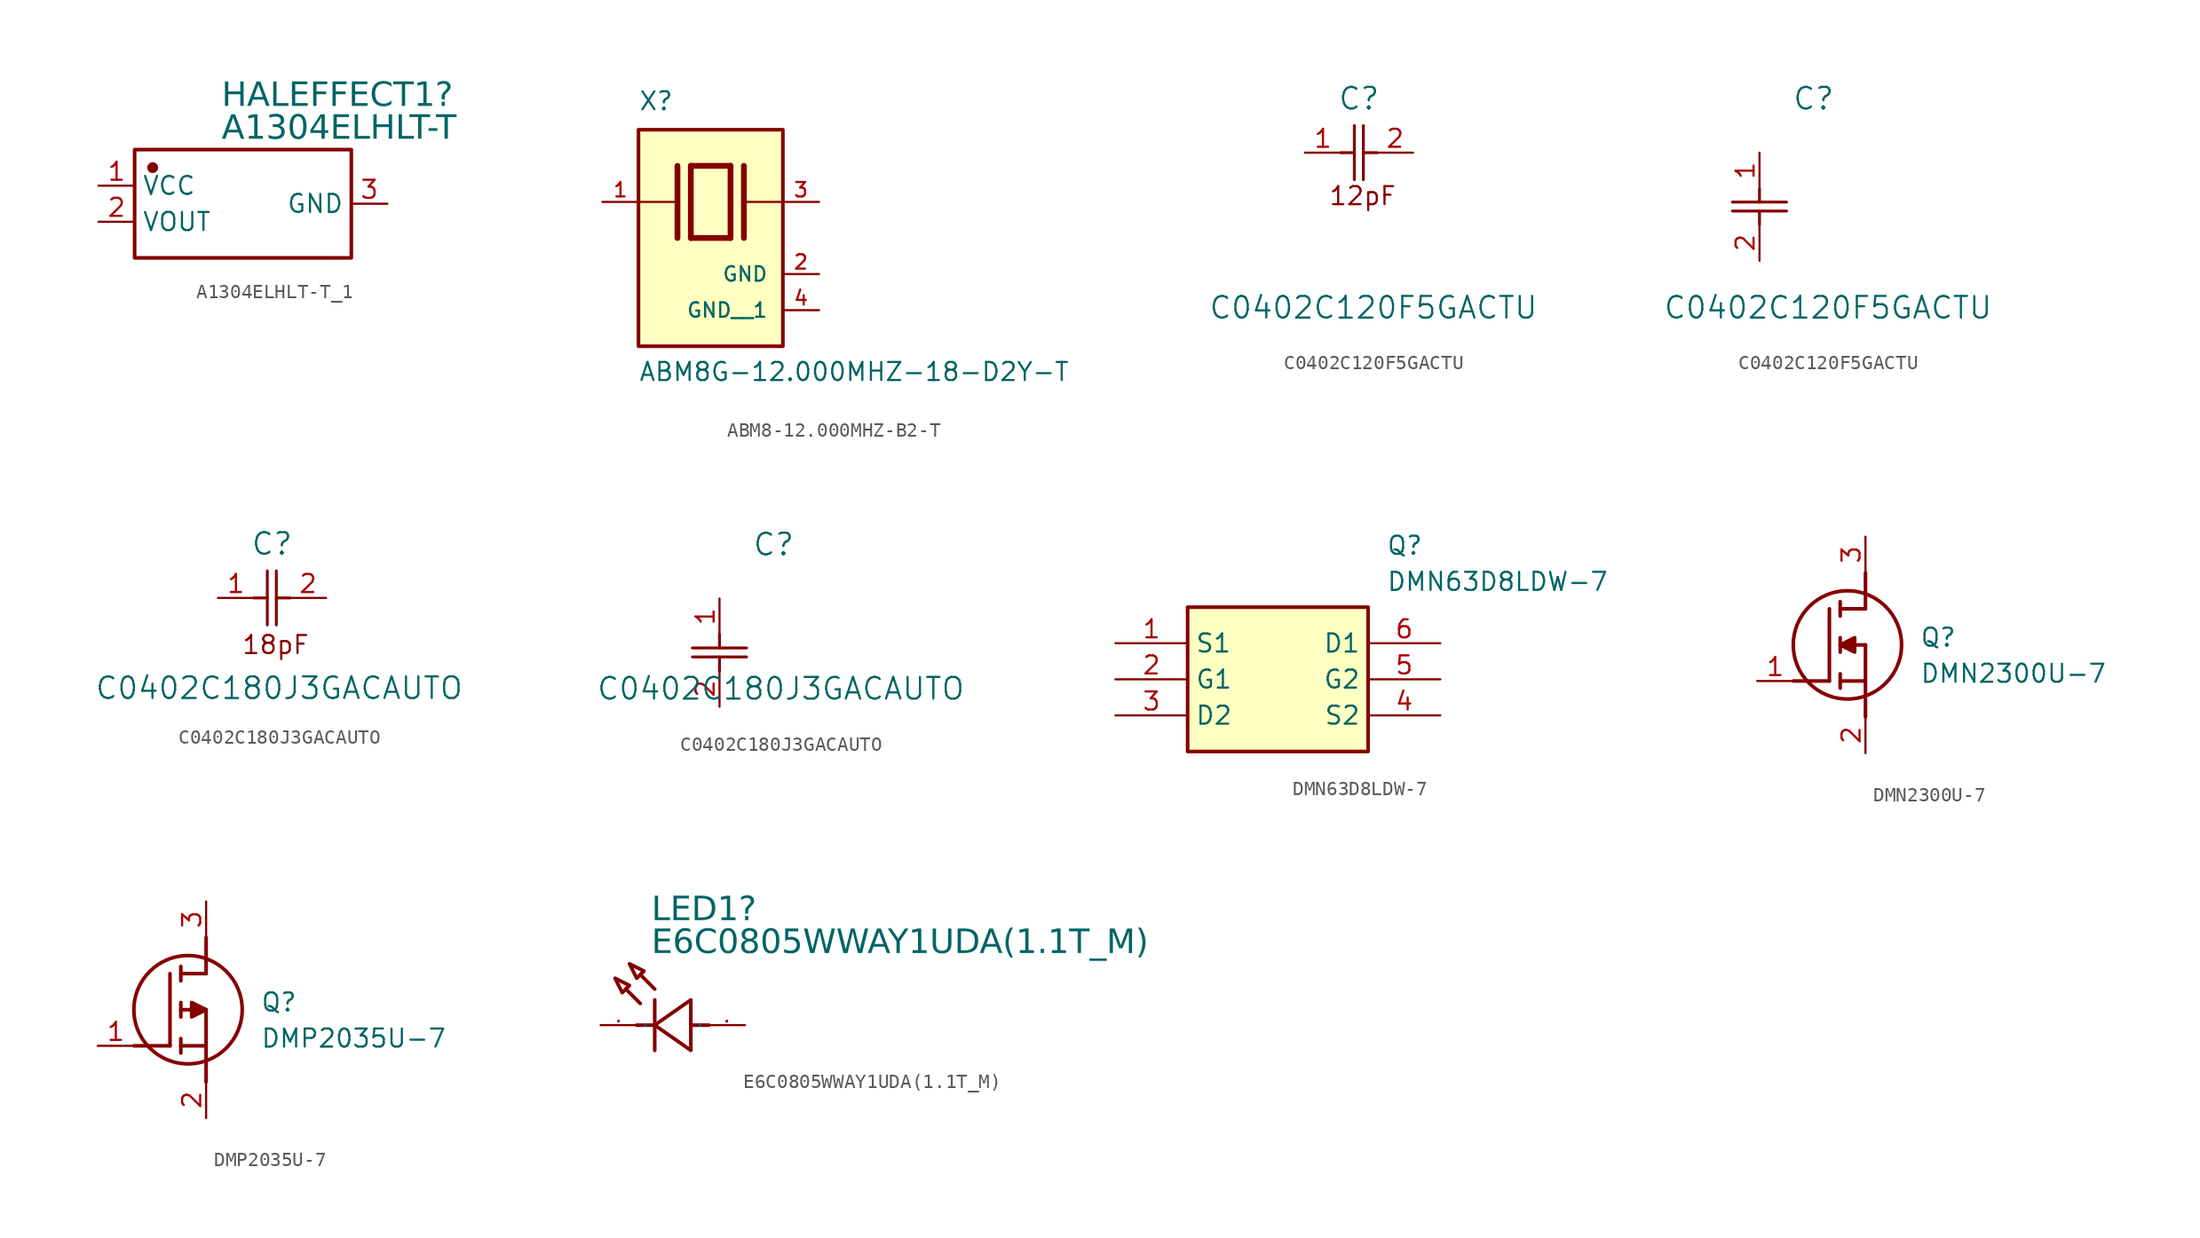
<source format=kicad_sym>
(kicad_symbol_lib
  (version 20241209)
  (generator "kicad_symbol_editor")
  (generator_version "9.0")
  (symbol "A1304ELHLT-T_1"
    (property "Reference" "HALEFFECT1"
      (at -1.499 8.572 0)
      (effects (font (face "Arial") (size 1.689 1.689)) (justify left top)))
    (property "Value" "A1304ELHLT-T"
      (at -1.499 6.261 0)
      (effects (font (face "Arial") (size 1.689 1.689)) (justify left top)))
    (symbol "A1304ELHLT-T_1_0_0"
      (rectangle (start -7.62 3.81) (end 7.62 -3.81) (stroke (width 0.254) (type solid)) (fill (type none)))
      (circle (center -6.35 2.54) (radius 0.254) (stroke (width 0.254) (type solid)) (fill (type outline)))
      (pin unspecified line (at -10.16 1.27 0) (length 2.54) (name "VCC" (effects (font (size 1.27 1.27)))) (number "1" (effects (font (size 1.27 1.27)))))
      (pin unspecified line (at -10.16 -1.27 0) (length 2.54) (name "VOUT" (effects (font (size 1.27 1.27)))) (number "2" (effects (font (size 1.27 1.27)))))
      (pin unspecified line (at 10.16 0 180) (length 2.54) (name "GND" (effects (font (size 1.27 1.27)))) (number "3" (effects (font (size 1.27 1.27)))))))
  (symbol "ABM8-12.000MHZ-B2-T"
    (pin_names
      (offset 1.016))
    (property "Reference" "X"
      (at -5.088 6.356 0)
      (effects (font (size 1.27 1.27)) (justify left bottom)))
    (property "Value" "ABM8G-12.000MHZ-18-D2Y-T"
      (at -5.094 -12.7 0)
      (effects (font (size 1.27 1.27)) (justify left bottom)))
    (symbol "ABM8-12.000MHZ-B2-T_0_0"
      (polyline (pts (xy -5.08 0) (xy -2.54 0)) (stroke (width 0.152) (type default)) (fill (type none)))
      (rectangle (start -5.08 -10.16) (end 5.08 5.08) (stroke (width 0.254) (type default)) (fill (type background)))
      (polyline (pts (xy -2.337 2.54) (xy -2.337 -2.54)) (stroke (width 0.406) (type default)) (fill (type none)))
      (polyline (pts (xy -1.397 2.54) (xy -1.397 -2.54)) (stroke (width 0.406) (type default)) (fill (type none)))
      (polyline (pts (xy -1.397 2.54) (xy 1.397 2.54)) (stroke (width 0.406) (type default)) (fill (type none)))
      (polyline (pts (xy 1.397 2.54) (xy 1.397 -2.54)) (stroke (width 0.406) (type default)) (fill (type none)))
      (polyline (pts (xy 1.397 -2.54) (xy -1.397 -2.54)) (stroke (width 0.406) (type default)) (fill (type none)))
      (polyline (pts (xy 2.337 2.54) (xy 2.337 -2.54)) (stroke (width 0.406) (type default)) (fill (type none)))
      (polyline (pts (xy 2.54 0) (xy 5.08 0)) (stroke (width 0.152) (type default)) (fill (type none)))
      (pin passive line (at -7.62 0 0) (length 2.54) (name "~" (effects (font (size 1.016 1.016)))) (number "1" (effects (font (size 1.016 1.016)))))
      (pin passive line (at 7.62 0 180) (length 2.54) (name "~" (effects (font (size 1.016 1.016)))) (number "3" (effects (font (size 1.016 1.016)))))
      (pin power_in line (at 7.62 -5.08 180) (length 2.54) (name "GND" (effects (font (size 1.016 1.016)))) (number "2" (effects (font (size 1.016 1.016)))))
      (pin power_in line (at 7.62 -7.62 180) (length 2.54) (name "GND__1" (effects (font (size 1.016 1.016)))) (number "4" (effects (font (size 1.016 1.016)))))))
  (symbol "C0402C120F5GACTU"
    (pin_names
      (offset 0.254))
    (property "Reference" "C"
      (at 3.81 3.81 0)
      (effects (font (size 1.524 1.524))))
    (property "Value" "C0402C120F5GACTU"
      (at 4.826 -10.922 0)
      (effects (font (size 1.524 1.524))))
    (symbol "C0402C120F5GACTU_1_1"
      (polyline (pts (xy 2.54 0) (xy 3.48 0)) (stroke (width 0.203) (type default)) (fill (type none)))
      (polyline (pts (xy 3.48 -1.905) (xy 3.48 1.905)) (stroke (width 0.203) (type default)) (fill (type none)))
      (polyline (pts (xy 4.115 0) (xy 5.08 0)) (stroke (width 0.203) (type default)) (fill (type none)))
      (polyline (pts (xy 4.115 -1.905) (xy 4.115 1.905)) (stroke (width 0.203) (type default)) (fill (type none)))
      (text "12pF" (at 4.064 -3.048 0) (effects (font (size 1.27 1.27))))
      (pin unspecified line (at 0 0 0) (length 2.54) (name "" (effects (font (size 1.27 1.27)))) (number "1" (effects (font (size 1.27 1.27)))))
      (pin unspecified line (at 7.62 0 180) (length 2.54) (name "" (effects (font (size 1.27 1.27)))) (number "2" (effects (font (size 1.27 1.27))))))
    (symbol "C0402C120F5GACTU_1_2"
      (polyline (pts (xy -1.905 -3.48) (xy 1.905 -3.48)) (stroke (width 0.203) (type default)) (fill (type none)))
      (polyline (pts (xy -1.905 -4.115) (xy 1.905 -4.115)) (stroke (width 0.203) (type default)) (fill (type none)))
      (polyline (pts (xy 0 -2.54) (xy 0 -3.48)) (stroke (width 0.203) (type default)) (fill (type none)))
      (polyline (pts (xy 0 -4.115) (xy 0 -5.08)) (stroke (width 0.203) (type default)) (fill (type none)))
      (pin unspecified line (at 0 0 270) (length 2.54) (name "" (effects (font (size 1.27 1.27)))) (number "1" (effects (font (size 1.27 1.27)))))
      (pin unspecified line (at 0 -7.62 90) (length 2.54) (name "" (effects (font (size 1.27 1.27)))) (number "2" (effects (font (size 1.27 1.27)))))))
  (symbol "C0402C180J3GACAUTO"
    (pin_names
      (offset 0.254))
    (property "Reference" "C"
      (at 3.81 3.81 0)
      (effects (font (size 1.524 1.524))))
    (property "Value" "C0402C180J3GACAUTO"
      (at 4.318 -6.35 0)
      (effects (font (size 1.524 1.524))))
    (symbol "C0402C180J3GACAUTO_1_1"
      (polyline (pts (xy 2.54 0) (xy 3.48 0)) (stroke (width 0.203) (type default)) (fill (type none)))
      (polyline (pts (xy 3.48 -1.905) (xy 3.48 1.905)) (stroke (width 0.203) (type default)) (fill (type none)))
      (polyline (pts (xy 4.115 0) (xy 5.08 0)) (stroke (width 0.203) (type default)) (fill (type none)))
      (polyline (pts (xy 4.115 -1.905) (xy 4.115 1.905)) (stroke (width 0.203) (type default)) (fill (type none)))
      (text "18pF" (at 4.064 -3.302 0) (effects (font (size 1.27 1.27))))
      (pin unspecified line (at 0 0 0) (length 2.54) (name "" (effects (font (size 1.27 1.27)))) (number "1" (effects (font (size 1.27 1.27)))))
      (pin unspecified line (at 7.62 0 180) (length 2.54) (name "" (effects (font (size 1.27 1.27)))) (number "2" (effects (font (size 1.27 1.27))))))
    (symbol "C0402C180J3GACAUTO_1_2"
      (polyline (pts (xy -1.905 -3.48) (xy 1.905 -3.48)) (stroke (width 0.203) (type default)) (fill (type none)))
      (polyline (pts (xy -1.905 -4.115) (xy 1.905 -4.115)) (stroke (width 0.203) (type default)) (fill (type none)))
      (polyline (pts (xy 0 -2.54) (xy 0 -3.48)) (stroke (width 0.203) (type default)) (fill (type none)))
      (polyline (pts (xy 0 -4.115) (xy 0 -5.08)) (stroke (width 0.203) (type default)) (fill (type none)))
      (pin unspecified line (at 0 0 270) (length 2.54) (name "" (effects (font (size 1.27 1.27)))) (number "1" (effects (font (size 1.27 1.27)))))
      (pin unspecified line (at 0 -7.62 90) (length 2.54) (name "" (effects (font (size 1.27 1.27)))) (number "2" (effects (font (size 1.27 1.27)))))))
  (symbol "DMN63D8LDW-7"
    (property "Reference" "Q"
      (at 19.05 7.62 0)
      (effects (font (size 1.27 1.27)) (justify left top)))
    (property "Value" "DMN63D8LDW-7"
      (at 19.05 5.08 0)
      (effects (font (size 1.27 1.27)) (justify left top)))
    (symbol "DMN63D8LDW-7_1_1"
      (rectangle (start 5.08 2.54) (end 17.78 -7.62) (stroke (width 0.254) (type default)) (fill (type background)))
      (pin passive line (at 0 0 0) (length 5.08) (name "S1" (effects (font (size 1.27 1.27)))) (number "1" (effects (font (size 1.27 1.27)))))
      (pin passive line (at 0 -2.54 0) (length 5.08) (name "G1" (effects (font (size 1.27 1.27)))) (number "2" (effects (font (size 1.27 1.27)))))
      (pin passive line (at 0 -5.08 0) (length 5.08) (name "D2" (effects (font (size 1.27 1.27)))) (number "3" (effects (font (size 1.27 1.27)))))
      (pin passive line (at 22.86 0 180) (length 5.08) (name "D1" (effects (font (size 1.27 1.27)))) (number "6" (effects (font (size 1.27 1.27)))))
      (pin passive line (at 22.86 -2.54 180) (length 5.08) (name "G2" (effects (font (size 1.27 1.27)))) (number "5" (effects (font (size 1.27 1.27)))))
      (pin passive line (at 22.86 -5.08 180) (length 5.08) (name "S2" (effects (font (size 1.27 1.27)))) (number "4" (effects (font (size 1.27 1.27)))))))
  (symbol "DMN2300U-7"
    (pin_names
      (hide yes))
    (property "Reference" "Q"
      (at 11.43 3.81 0)
      (effects (font (size 1.27 1.27)) (justify left top)))
    (property "Value" "DMN2300U-7"
      (at 11.43 1.27 0)
      (effects (font (size 1.27 1.27)) (justify left top)))
    (symbol "DMN2300U-7_1_1"
      (polyline (pts (xy 2.54 0) (xy 5.08 0)) (stroke (width 0.254) (type default)) (fill (type none)))
      (polyline (pts (xy 5.08 5.08) (xy 5.08 0)) (stroke (width 0.254) (type default)) (fill (type none)))
      (polyline (pts (xy 5.842 5.588) (xy 5.842 4.572)) (stroke (width 0.254) (type default)) (fill (type none)))
      (polyline (pts (xy 5.842 2.54) (xy 6.858 3.048) (xy 6.858 2.032) (xy 5.842 2.54)) (stroke (width 0.254) (type default)) (fill (type outline)))
      (polyline (pts (xy 5.842 2.032) (xy 5.842 3.048)) (stroke (width 0.254) (type default)) (fill (type none)))
      (polyline (pts (xy 5.842 0) (xy 7.62 0)) (stroke (width 0.254) (type default)) (fill (type none)))
      (polyline (pts (xy 5.842 -0.508) (xy 5.842 0.508)) (stroke (width 0.254) (type default)) (fill (type none)))
      (circle (center 6.35 2.54) (radius 3.81) (stroke (width 0.254) (type default)) (fill (type none)))
      (polyline (pts (xy 7.62 5.08) (xy 5.842 5.08)) (stroke (width 0.254) (type default)) (fill (type none)))
      (polyline (pts (xy 7.62 5.08) (xy 7.62 7.62)) (stroke (width 0.254) (type default)) (fill (type none)))
      (polyline (pts (xy 7.62 2.54) (xy 5.842 2.54)) (stroke (width 0.254) (type default)) (fill (type none)))
      (polyline (pts (xy 7.62 2.54) (xy 7.62 -2.54)) (stroke (width 0.254) (type default)) (fill (type none)))
      (pin passive line (at 0 0 0) (length 2.54) (name "G" (effects (font (size 1.27 1.27)))) (number "1" (effects (font (size 1.27 1.27)))))
      (pin passive line (at 7.62 10.16 270) (length 2.54) (name "D" (effects (font (size 1.27 1.27)))) (number "3" (effects (font (size 1.27 1.27)))))
      (pin passive line (at 7.62 -5.08 90) (length 2.54) (name "S" (effects (font (size 1.27 1.27)))) (number "2" (effects (font (size 1.27 1.27)))))))
  (symbol "DMP2035U-7"
    (pin_names
      (hide yes))
    (property "Reference" "Q"
      (at 11.43 3.81 0)
      (effects (font (size 1.27 1.27)) (justify left top)))
    (property "Value" "DMP2035U-7"
      (at 11.43 1.27 0)
      (effects (font (size 1.27 1.27)) (justify left top)))
    (symbol "DMP2035U-7_1_1"
      (polyline (pts (xy 2.54 0) (xy 5.08 0)) (stroke (width 0.254) (type default)) (fill (type none)))
      (polyline (pts (xy 5.08 5.08) (xy 5.08 0)) (stroke (width 0.254) (type default)) (fill (type none)))
      (polyline (pts (xy 5.842 5.588) (xy 5.842 4.572)) (stroke (width 0.254) (type default)) (fill (type none)))
      (polyline (pts (xy 5.842 2.032) (xy 5.842 3.048)) (stroke (width 0.254) (type default)) (fill (type none)))
      (polyline (pts (xy 5.842 0) (xy 7.62 0)) (stroke (width 0.254) (type default)) (fill (type none)))
      (polyline (pts (xy 5.842 -0.508) (xy 5.842 0.508)) (stroke (width 0.254) (type default)) (fill (type none)))
      (circle (center 6.35 2.54) (radius 3.81) (stroke (width 0.254) (type default)) (fill (type none)))
      (polyline (pts (xy 7.62 5.08) (xy 5.842 5.08)) (stroke (width 0.254) (type default)) (fill (type none)))
      (polyline (pts (xy 7.62 5.08) (xy 7.62 7.62)) (stroke (width 0.254) (type default)) (fill (type none)))
      (polyline (pts (xy 7.62 2.54) (xy 5.842 2.54)) (stroke (width 0.254) (type default)) (fill (type none)))
      (polyline (pts (xy 7.62 2.54) (xy 7.62 -2.54)) (stroke (width 0.254) (type default)) (fill (type none)))
      (polyline (pts (xy 7.62 2.54) (xy 6.604 3.048) (xy 6.604 2.032) (xy 7.62 2.54)) (stroke (width 0.254) (type default)) (fill (type outline)))
      (pin passive line (at 0 0 0) (length 2.54) (name "G" (effects (font (size 1.27 1.27)))) (number "1" (effects (font (size 1.27 1.27)))))
      (pin passive line (at 7.62 10.16 270) (length 2.54) (name "D" (effects (font (size 1.27 1.27)))) (number "3" (effects (font (size 1.27 1.27)))))
      (pin passive line (at 7.62 -5.08 90) (length 2.54) (name "S" (effects (font (size 1.27 1.27)))) (number "2" (effects (font (size 1.27 1.27)))))))
  (symbol "E6C0805WWAY1UDA(1.1T_M)"
    (property "Reference" "LED1"
      (at -1.499 9.081 0)
      (effects (font (face "Arial") (size 1.689 1.689)) (justify left top)))
    (property "Value" "E6C0805WWAY1UDA(1.1T_M)"
      (at -1.499 6.769 0)
      (effects (font (face "Arial") (size 1.689 1.689)) (justify left top)))
    (symbol "E6C0805WWAY1UDA(1.1T_M)_0_0"
      (polyline (pts (xy -4.064 3.302) (xy -3.048 2.794) (xy -3.556 2.286) (xy -4.064 3.302)) (stroke (width 0.254) (type solid)) (fill (type none)))
      (polyline (pts (xy -3.048 4.318) (xy -2.032 3.81) (xy -2.54 3.302) (xy -3.048 4.318)) (stroke (width 0.254) (type solid)) (fill (type none)))
      (polyline (pts (xy -2.286 1.524) (xy -3.302 2.54)) (stroke (width 0.254) (type solid)) (fill (type outline)))
      (polyline (pts (xy -1.27 2.54) (xy -2.286 3.556)) (stroke (width 0.254) (type solid)) (fill (type outline)))
      (polyline (pts (xy -1.27 1.778) (xy -1.27 -1.778)) (stroke (width 0.254) (type solid)) (fill (type none)))
      (polyline (pts (xy -1.27 0) (xy -2.54 0)) (stroke (width 0.254) (type solid)) (fill (type none)))
      (polyline (pts (xy 1.27 1.778) (xy -1.27 0) (xy 1.27 -1.778) (xy 1.27 1.778)) (stroke (width 0.254) (type solid)) (fill (type none)))
      (polyline (pts (xy 2.54 0) (xy 1.27 0)) (stroke (width 0.254) (type solid)) (fill (type none)))
      (pin unspecified line (at -5.08 0 0) (length 2.54) (name "C" (effects (font (size 0.025 0.025)))) (number "1" (effects (font (size 0.025 0.025)))))
      (pin unspecified line (at 5.08 0 180) (length 2.54) (name "A" (effects (font (size 0.025 0.025)))) (number "2" (effects (font (size 0.025 0.025))))))))
</source>
